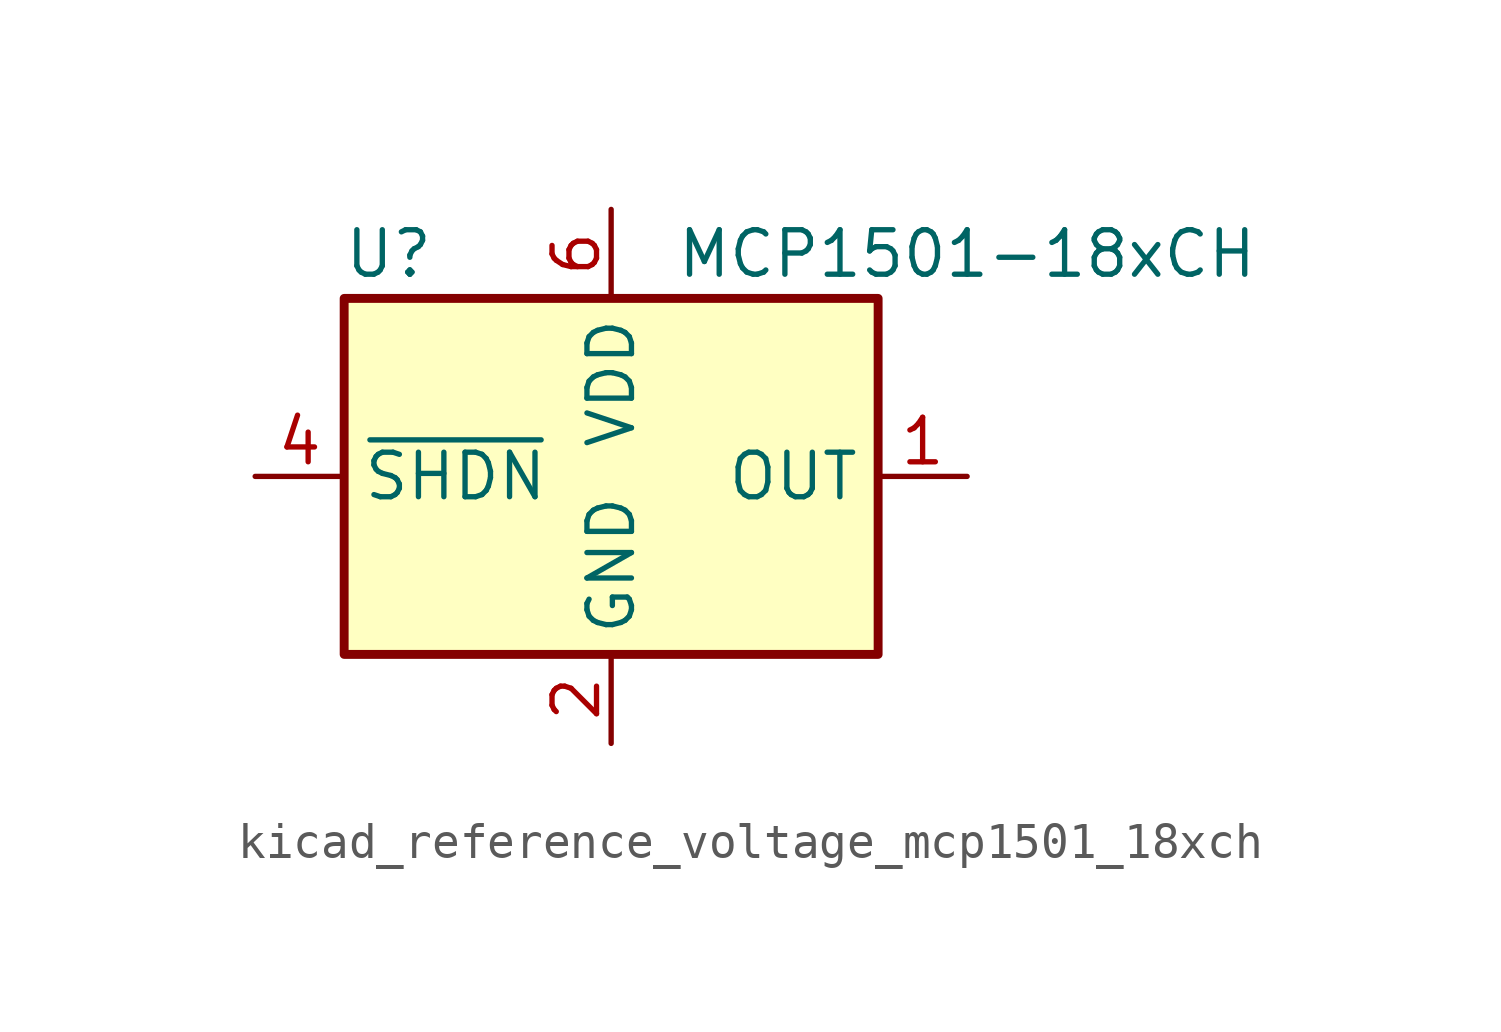
<source format=kicad_sym>
(kicad_symbol_lib
  (version 20220914)
  (generator kicad_symbol_editor)
  (symbol "kicad_reference_voltage_mcp1501_18xch"
    (property "Reference" "U"
      (at -6.35 6.35 0)
      (effects (font (size 1.27 1.27))))
    (property "Value" "MCP1501-18xCH"
      (at 10.16 6.35 0)
      (effects (font (size 1.27 1.27))))
    (symbol "kicad_reference_voltage_mcp1501_18xch_0_0"
      (pin power_out line (at 10.16 0 180) (length 2.54) (name "OUT" (effects (font (size 1.27 1.27)))) (number "1" (effects (font (size 1.27 1.27)))))
      (pin power_in line (at 0 -7.62 90) (length 2.54) (name "GND" (effects (font (size 1.27 1.27)))) (number "2" (effects (font (size 1.27 1.27)))))
      (pin passive line (at 0 -7.62 90) (length 2.54) hide (name "GND" (effects (font (size 1.27 1.27)))) (number "3" (effects (font (size 1.27 1.27)))))
      (pin input line (at -10.16 0 0) (length 2.54) (name "~{SHDN}" (effects (font (size 1.27 1.27)))) (number "4" (effects (font (size 1.27 1.27)))))
      (pin passive line (at 0 -7.62 90) (length 2.54) hide (name "GND" (effects (font (size 1.27 1.27)))) (number "5" (effects (font (size 1.27 1.27)))))
      (pin power_in line (at 0 7.62 270) (length 2.54) (name "VDD" (effects (font (size 1.27 1.27)))) (number "6" (effects (font (size 1.27 1.27))))))
    (symbol "kicad_reference_voltage_mcp1501_18xch_0_1"
      (rectangle (start -7.62 5.08) (end 7.62 -5.08) (stroke (width 0.254) (type default)) (fill (type background))))))
</source>
